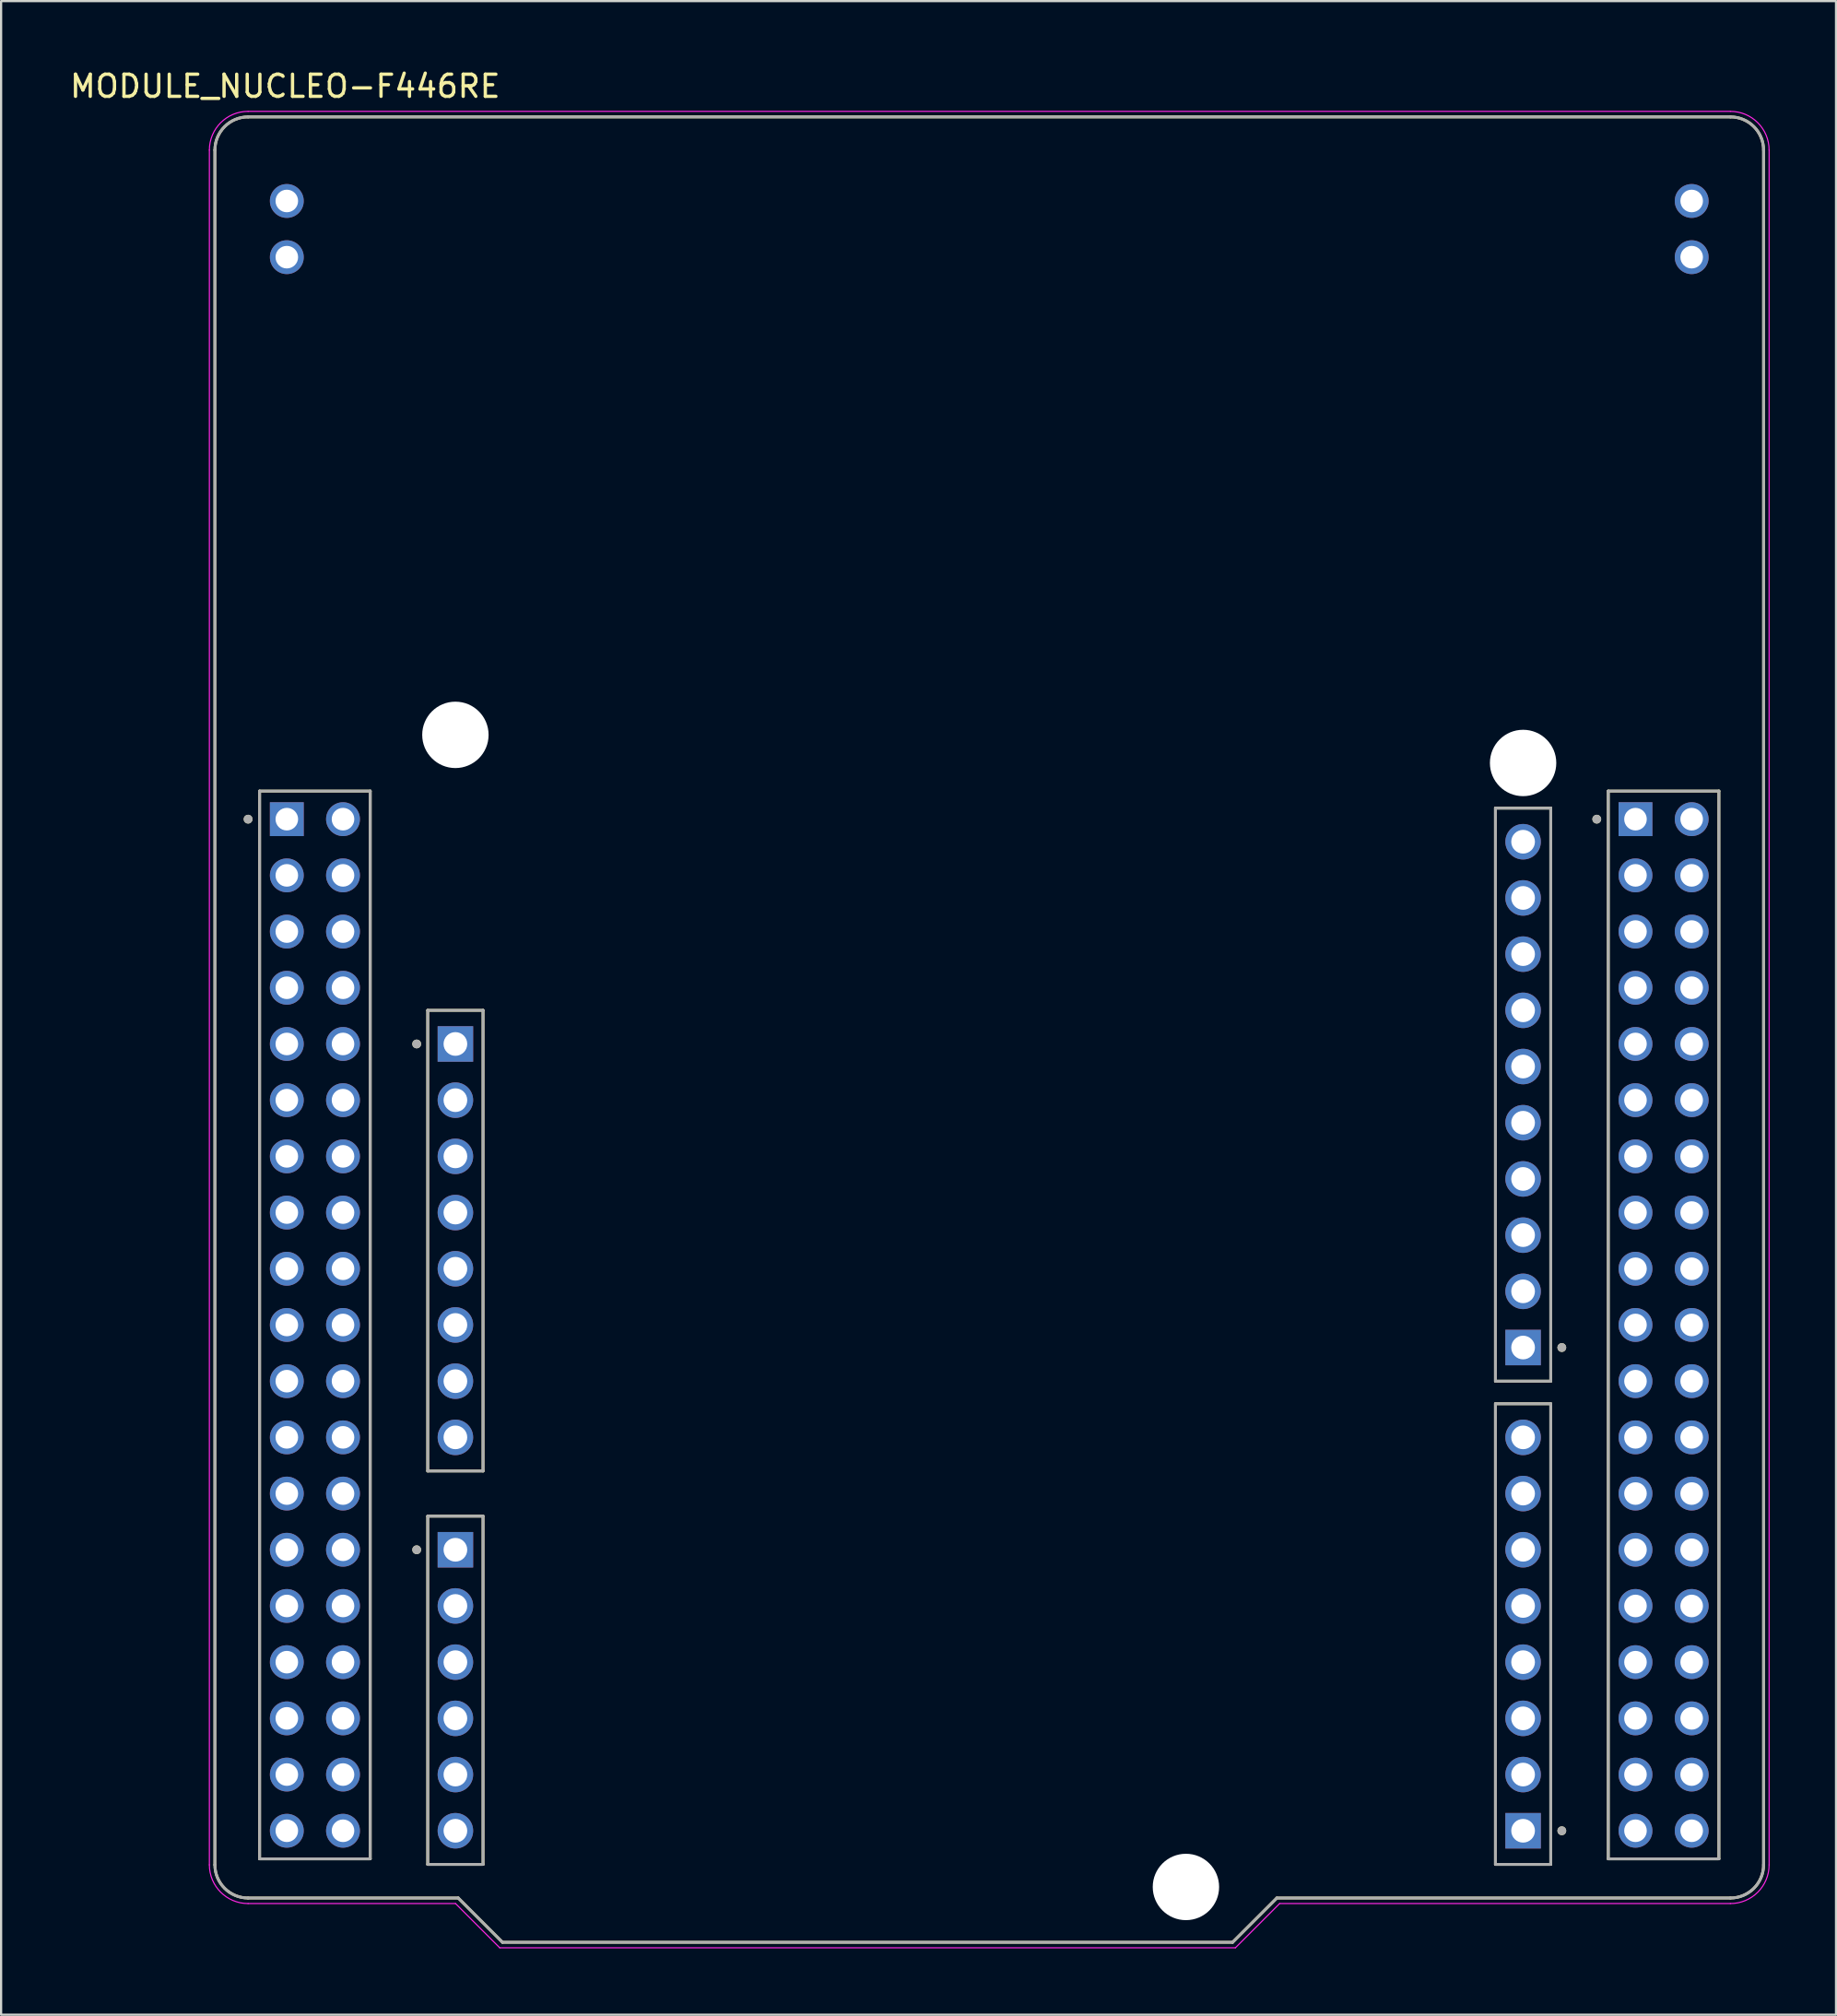
<source format=kicad_pcb>
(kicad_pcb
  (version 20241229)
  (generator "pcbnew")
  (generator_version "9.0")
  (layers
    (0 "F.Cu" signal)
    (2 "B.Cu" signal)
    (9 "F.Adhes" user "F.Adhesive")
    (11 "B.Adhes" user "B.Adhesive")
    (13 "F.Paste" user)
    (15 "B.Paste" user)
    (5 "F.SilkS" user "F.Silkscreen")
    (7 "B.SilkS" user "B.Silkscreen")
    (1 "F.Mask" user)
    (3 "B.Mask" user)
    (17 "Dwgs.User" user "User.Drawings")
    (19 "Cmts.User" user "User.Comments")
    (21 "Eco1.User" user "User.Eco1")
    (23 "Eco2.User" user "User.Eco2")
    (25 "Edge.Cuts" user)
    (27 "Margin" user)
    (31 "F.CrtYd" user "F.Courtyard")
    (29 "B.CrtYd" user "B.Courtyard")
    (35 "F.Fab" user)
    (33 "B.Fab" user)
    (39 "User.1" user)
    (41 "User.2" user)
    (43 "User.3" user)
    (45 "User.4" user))
  (footprint "MODULE_NUCLEO-F446RE"
    (layer "F.Cu")
    (at 41.664 43.483)
    (property "Reference" "MODULE_NUCLEO-F446RE" (at -31.825 -42.635 0) (layer "F.SilkS") (effects (font (size 1 1) (thickness 0.15))))
    (attr through_hole)
    (fp_line (start -35 37.75) (end -35 -39.75) (stroke (width 0.127) (type solid)) (layer "F.SilkS"))
    (fp_line (start -33.5 -41.25) (end 33.5 -41.25) (stroke (width 0.127) (type solid)) (layer "F.SilkS"))
    (fp_line (start -32.98 -10.78) (end -32.98 37.48) (stroke (width 0.127) (type solid)) (layer "F.SilkS"))
    (fp_line (start -32.98 37.48) (end -27.98 37.48) (stroke (width 0.127) (type solid)) (layer "F.SilkS"))
    (fp_line (start -27.98 -10.78) (end -32.98 -10.78) (stroke (width 0.127) (type solid)) (layer "F.SilkS"))
    (fp_line (start -27.98 37.48) (end -27.98 -10.78) (stroke (width 0.127) (type solid)) (layer "F.SilkS"))
    (fp_line (start -25.38 -0.87) (end -25.38 19.95) (stroke (width 0.127) (type solid)) (layer "F.SilkS"))
    (fp_line (start -25.38 19.95) (end -22.88 19.95) (stroke (width 0.127) (type solid)) (layer "F.SilkS"))
    (fp_line (start -25.38 21.99) (end -25.38 37.73) (stroke (width 0.127) (type solid)) (layer "F.SilkS"))
    (fp_line (start -25.38 37.73) (end -22.88 37.73) (stroke (width 0.127) (type solid)) (layer "F.SilkS"))
    (fp_line (start -24 39.25) (end -33.5 39.25) (stroke (width 0.127) (type solid)) (layer "F.SilkS"))
    (fp_line (start -22.88 -0.87) (end -25.38 -0.87) (stroke (width 0.127) (type solid)) (layer "F.SilkS"))
    (fp_line (start -22.88 19.95) (end -22.88 -0.87) (stroke (width 0.127) (type solid)) (layer "F.SilkS"))
    (fp_line (start -22.88 21.99) (end -25.38 21.99) (stroke (width 0.127) (type solid)) (layer "F.SilkS"))
    (fp_line (start -22.88 37.73) (end -22.88 21.99) (stroke (width 0.127) (type solid)) (layer "F.SilkS"))
    (fp_line (start -22 41.25) (end -24 39.25) (stroke (width 0.127) (type solid)) (layer "F.SilkS"))
    (fp_line (start 11 41.25) (end -22 41.25) (stroke (width 0.127) (type solid)) (layer "F.SilkS"))
    (fp_line (start 13 39.25) (end 11 41.25) (stroke (width 0.127) (type solid)) (layer "F.SilkS"))
    (fp_line (start 22.88 -10.01) (end 22.88 15.89) (stroke (width 0.127) (type solid)) (layer "F.SilkS"))
    (fp_line (start 22.88 15.89) (end 25.38 15.89) (stroke (width 0.127) (type solid)) (layer "F.SilkS"))
    (fp_line (start 22.88 16.91) (end 22.88 37.73) (stroke (width 0.127) (type solid)) (layer "F.SilkS"))
    (fp_line (start 22.88 37.73) (end 25.38 37.73) (stroke (width 0.127) (type solid)) (layer "F.SilkS"))
    (fp_line (start 25.38 -10.01) (end 22.88 -10.01) (stroke (width 0.127) (type solid)) (layer "F.SilkS"))
    (fp_line (start 25.38 15.89) (end 25.38 -10.01) (stroke (width 0.127) (type solid)) (layer "F.SilkS"))
    (fp_line (start 25.38 16.91) (end 22.88 16.91) (stroke (width 0.127) (type solid)) (layer "F.SilkS"))
    (fp_line (start 25.38 37.73) (end 25.38 16.91) (stroke (width 0.127) (type solid)) (layer "F.SilkS"))
    (fp_line (start 27.98 -10.78) (end 27.98 37.48) (stroke (width 0.127) (type solid)) (layer "F.SilkS"))
    (fp_line (start 27.98 37.48) (end 32.98 37.48) (stroke (width 0.127) (type solid)) (layer "F.SilkS"))
    (fp_line (start 32.98 -10.78) (end 27.98 -10.78) (stroke (width 0.127) (type solid)) (layer "F.SilkS"))
    (fp_line (start 32.98 37.48) (end 32.98 -10.78) (stroke (width 0.127) (type solid)) (layer "F.SilkS"))
    (fp_line (start 33.5 39.25) (end 13 39.25) (stroke (width 0.127) (type solid)) (layer "F.SilkS"))
    (fp_line (start 35 -39.75) (end 35 37.75) (stroke (width 0.127) (type solid)) (layer "F.SilkS"))
    (fp_arc (start -35 -39.75) (mid -34.56066 -40.81066) (end -33.5 -41.25) (stroke (width 0.127) (type solid)) (layer "F.SilkS"))
    (fp_arc (start -33.5 39.25) (mid -34.56066 38.81066) (end -35 37.75) (stroke (width 0.127) (type solid)) (layer "F.SilkS"))
    (fp_arc (start 33.5 -41.25) (mid 34.56066 -40.81066) (end 35 -39.75) (stroke (width 0.127) (type solid)) (layer "F.SilkS"))
    (fp_arc (start 35 37.75) (mid 34.56066 38.81066) (end 33.5 39.25) (stroke (width 0.127) (type solid)) (layer "F.SilkS"))
    (fp_circle (center -33.5 -9.51) (end -33.4 -9.51) (stroke (width 0.2) (type solid)) (fill no) (layer "F.SilkS"))
    (fp_circle (center -25.88 0.65) (end -25.78 0.65) (stroke (width 0.2) (type solid)) (fill no) (layer "F.SilkS"))
    (fp_circle (center -25.88 23.51) (end -25.78 23.51) (stroke (width 0.2) (type solid)) (fill no) (layer "F.SilkS"))
    (fp_circle (center 25.88 14.37) (end 25.98 14.37) (stroke (width 0.2) (type solid)) (fill no) (layer "F.SilkS"))
    (fp_circle (center 25.88 36.21) (end 25.98 36.21) (stroke (width 0.2) (type solid)) (fill no) (layer "F.SilkS"))
    (fp_circle (center 27.46 -9.51) (end 27.56 -9.51) (stroke (width 0.2) (type solid)) (fill no) (layer "F.SilkS"))
    (fp_line (start -35.25 37.75) (end -35.25 -39.75) (stroke (width 0.05) (type solid)) (layer "F.CrtYd"))
    (fp_line (start -33.5 -41.5) (end 33.5 -41.5) (stroke (width 0.05) (type solid)) (layer "F.CrtYd"))
    (fp_line (start -24.125 39.5) (end -33.5 39.5) (stroke (width 0.05) (type solid)) (layer "F.CrtYd"))
    (fp_line (start -22.125 41.5) (end -24.125 39.5) (stroke (width 0.05) (type solid)) (layer "F.CrtYd"))
    (fp_line (start 11.125 41.5) (end -22.125 41.5) (stroke (width 0.05) (type solid)) (layer "F.CrtYd"))
    (fp_line (start 13.125 39.5) (end 11.125 41.5) (stroke (width 0.05) (type solid)) (layer "F.CrtYd"))
    (fp_line (start 33.5 39.5) (end 13.125 39.5) (stroke (width 0.05) (type solid)) (layer "F.CrtYd"))
    (fp_line (start 35.25 -39.75) (end 35.25 37.75) (stroke (width 0.05) (type solid)) (layer "F.CrtYd"))
    (fp_arc (start -35.25 -39.75) (mid -34.737437 -40.987437) (end -33.5 -41.5) (stroke (width 0.05) (type solid)) (layer "F.CrtYd"))
    (fp_arc (start -33.5 39.5) (mid -34.737437 38.987437) (end -35.25 37.75) (stroke (width 0.05) (type solid)) (layer "F.CrtYd"))
    (fp_arc (start 33.5 -41.5) (mid 34.737437 -40.987437) (end 35.25 -39.75) (stroke (width 0.05) (type solid)) (layer "F.CrtYd"))
    (fp_arc (start 35.25 37.75) (mid 34.737437 38.987437) (end 33.5 39.5) (stroke (width 0.05) (type solid)) (layer "F.CrtYd"))
    (fp_line (start -35 37.75) (end -35 -39.75) (stroke (width 0.127) (type solid)) (layer "F.Fab"))
    (fp_line (start -33.5 -41.25) (end 33.5 -41.25) (stroke (width 0.127) (type solid)) (layer "F.Fab"))
    (fp_line (start -32.98 -10.78) (end -32.98 37.48) (stroke (width 0.127) (type solid)) (layer "F.Fab"))
    (fp_line (start -32.98 37.48) (end -27.98 37.48) (stroke (width 0.127) (type solid)) (layer "F.Fab"))
    (fp_line (start -27.98 -10.78) (end -32.98 -10.78) (stroke (width 0.127) (type solid)) (layer "F.Fab"))
    (fp_line (start -27.98 37.48) (end -27.98 -10.78) (stroke (width 0.127) (type solid)) (layer "F.Fab"))
    (fp_line (start -25.38 -0.87) (end -25.38 19.95) (stroke (width 0.127) (type solid)) (layer "F.Fab"))
    (fp_line (start -25.38 19.95) (end -22.88 19.95) (stroke (width 0.127) (type solid)) (layer "F.Fab"))
    (fp_line (start -25.38 21.99) (end -25.38 37.73) (stroke (width 0.127) (type solid)) (layer "F.Fab"))
    (fp_line (start -25.38 37.73) (end -22.88 37.73) (stroke (width 0.127) (type solid)) (layer "F.Fab"))
    (fp_line (start -24 39.25) (end -33.5 39.25) (stroke (width 0.127) (type solid)) (layer "F.Fab"))
    (fp_line (start -22.88 -0.87) (end -25.38 -0.87) (stroke (width 0.127) (type solid)) (layer "F.Fab"))
    (fp_line (start -22.88 19.95) (end -22.88 -0.87) (stroke (width 0.127) (type solid)) (layer "F.Fab"))
    (fp_line (start -22.88 21.99) (end -25.38 21.99) (stroke (width 0.127) (type solid)) (layer "F.Fab"))
    (fp_line (start -22.88 37.73) (end -22.88 21.99) (stroke (width 0.127) (type solid)) (layer "F.Fab"))
    (fp_line (start -22 41.25) (end -24 39.25) (stroke (width 0.127) (type solid)) (layer "F.Fab"))
    (fp_line (start 11 41.25) (end -22 41.25) (stroke (width 0.127) (type solid)) (layer "F.Fab"))
    (fp_line (start 13 39.25) (end 11 41.25) (stroke (width 0.127) (type solid)) (layer "F.Fab"))
    (fp_line (start 22.88 -10.01) (end 22.88 15.89) (stroke (width 0.127) (type solid)) (layer "F.Fab"))
    (fp_line (start 22.88 15.89) (end 25.38 15.89) (stroke (width 0.127) (type solid)) (layer "F.Fab"))
    (fp_line (start 22.88 16.91) (end 22.88 37.73) (stroke (width 0.127) (type solid)) (layer "F.Fab"))
    (fp_line (start 22.88 37.73) (end 25.38 37.73) (stroke (width 0.127) (type solid)) (layer "F.Fab"))
    (fp_line (start 25.38 -10.01) (end 22.88 -10.01) (stroke (width 0.127) (type solid)) (layer "F.Fab"))
    (fp_line (start 25.38 15.89) (end 25.38 -10.01) (stroke (width 0.127) (type solid)) (layer "F.Fab"))
    (fp_line (start 25.38 16.91) (end 22.88 16.91) (stroke (width 0.127) (type solid)) (layer "F.Fab"))
    (fp_line (start 25.38 37.73) (end 25.38 16.91) (stroke (width 0.127) (type solid)) (layer "F.Fab"))
    (fp_line (start 27.98 -10.78) (end 27.98 37.48) (stroke (width 0.127) (type solid)) (layer "F.Fab"))
    (fp_line (start 27.98 37.48) (end 32.98 37.48) (stroke (width 0.127) (type solid)) (layer "F.Fab"))
    (fp_line (start 32.98 -10.78) (end 27.98 -10.78) (stroke (width 0.127) (type solid)) (layer "F.Fab"))
    (fp_line (start 32.98 37.48) (end 32.98 -10.78) (stroke (width 0.127) (type solid)) (layer "F.Fab"))
    (fp_line (start 33.5 39.25) (end 13 39.25) (stroke (width 0.127) (type solid)) (layer "F.Fab"))
    (fp_line (start 35 -39.75) (end 35 37.75) (stroke (width 0.127) (type solid)) (layer "F.Fab"))
    (fp_arc (start -35 -39.75) (mid -34.56066 -40.81066) (end -33.5 -41.25) (stroke (width 0.127) (type solid)) (layer "F.Fab"))
    (fp_arc (start -33.5 39.25) (mid -34.56066 38.81066) (end -35 37.75) (stroke (width 0.127) (type solid)) (layer "F.Fab"))
    (fp_arc (start 33.5 -41.25) (mid 34.56066 -40.81066) (end 35 -39.75) (stroke (width 0.127) (type solid)) (layer "F.Fab"))
    (fp_arc (start 35 37.75) (mid 34.56066 38.81066) (end 33.5 39.25) (stroke (width 0.127) (type solid)) (layer "F.Fab"))
    (fp_circle (center -33.5 -9.51) (end -33.4 -9.51) (stroke (width 0.2) (type solid)) (fill no) (layer "F.Fab"))
    (fp_circle (center -25.88 0.65) (end -25.78 0.65) (stroke (width 0.2) (type solid)) (fill no) (layer "F.Fab"))
    (fp_circle (center -25.88 23.51) (end -25.78 23.51) (stroke (width 0.2) (type solid)) (fill no) (layer "F.Fab"))
    (fp_circle (center 25.88 14.37) (end 25.98 14.37) (stroke (width 0.2) (type solid)) (fill no) (layer "F.Fab"))
    (fp_circle (center 25.88 36.21) (end 25.98 36.21) (stroke (width 0.2) (type solid)) (fill no) (layer "F.Fab"))
    (fp_circle (center 27.46 -9.51) (end 27.56 -9.51) (stroke (width 0.2) (type solid)) (fill no) (layer "F.Fab"))
    (pad "" np_thru_hole circle (at -24.13 -13.32) (size 3 3) (drill 3) (layers "*.Cu" "*.Mask"))
    (pad "" np_thru_hole circle (at 8.89 38.75) (size 3 3) (drill 3) (layers "*.Cu" "*.Mask"))
    (pad "" np_thru_hole circle (at 24.13 -12.05) (size 3 3) (drill 3) (layers "*.Cu" "*.Mask"))
    (pad "CN5_1" thru_hole rect (at 24.13 14.37) (size 1.605 1.605) (drill 1.07) (layers "*.Cu" "*.Mask"))
    (pad "CN5_2" thru_hole circle (at 24.13 11.83) (size 1.605 1.605) (drill 1.07) (layers "*.Cu" "*.Mask"))
    (pad "CN5_3" thru_hole circle (at 24.13 9.29) (size 1.605 1.605) (drill 1.07) (layers "*.Cu" "*.Mask"))
    (pad "CN5_4" thru_hole circle (at 24.13 6.75) (size 1.605 1.605) (drill 1.07) (layers "*.Cu" "*.Mask"))
    (pad "CN5_5" thru_hole circle (at 24.13 4.21) (size 1.605 1.605) (drill 1.07) (layers "*.Cu" "*.Mask"))
    (pad "CN5_6" thru_hole circle (at 24.13 1.67) (size 1.605 1.605) (drill 1.07) (layers "*.Cu" "*.Mask"))
    (pad "CN5_7" thru_hole circle (at 24.13 -0.87) (size 1.605 1.605) (drill 1.07) (layers "*.Cu" "*.Mask"))
    (pad "CN5_8" thru_hole circle (at 24.13 -3.41) (size 1.605 1.605) (drill 1.07) (layers "*.Cu" "*.Mask"))
    (pad "CN5_9" thru_hole circle (at 24.13 -5.95) (size 1.605 1.605) (drill 1.07) (layers "*.Cu" "*.Mask"))
    (pad "CN5_10" thru_hole circle (at 24.13 -8.49) (size 1.605 1.605) (drill 1.07) (layers "*.Cu" "*.Mask"))
    (pad "CN6_1" thru_hole rect (at -24.13 0.65) (size 1.605 1.605) (drill 1.07) (layers "*.Cu" "*.Mask"))
    (pad "CN6_2" thru_hole circle (at -24.13 3.19) (size 1.605 1.605) (drill 1.07) (layers "*.Cu" "*.Mask"))
    (pad "CN6_3" thru_hole circle (at -24.13 5.73) (size 1.605 1.605) (drill 1.07) (layers "*.Cu" "*.Mask"))
    (pad "CN6_4" thru_hole circle (at -24.13 8.27) (size 1.605 1.605) (drill 1.07) (layers "*.Cu" "*.Mask"))
    (pad "CN6_5" thru_hole circle (at -24.13 10.81) (size 1.605 1.605) (drill 1.07) (layers "*.Cu" "*.Mask"))
    (pad "CN6_6" thru_hole circle (at -24.13 13.35) (size 1.605 1.605) (drill 1.07) (layers "*.Cu" "*.Mask"))
    (pad "CN6_7" thru_hole circle (at -24.13 15.89) (size 1.605 1.605) (drill 1.07) (layers "*.Cu" "*.Mask"))
    (pad "CN6_8" thru_hole circle (at -24.13 18.43) (size 1.605 1.605) (drill 1.07) (layers "*.Cu" "*.Mask"))
    (pad "CN7_1" thru_hole rect (at -31.75 -9.51) (size 1.53 1.53) (drill 1.02) (layers "*.Cu" "*.Mask"))
    (pad "CN7_2" thru_hole circle (at -29.21 -9.51) (size 1.53 1.53) (drill 1.02) (layers "*.Cu" "*.Mask"))
    (pad "CN7_3" thru_hole circle (at -31.75 -6.97) (size 1.53 1.53) (drill 1.02) (layers "*.Cu" "*.Mask"))
    (pad "CN7_4" thru_hole circle (at -29.21 -6.97) (size 1.53 1.53) (drill 1.02) (layers "*.Cu" "*.Mask"))
    (pad "CN7_5" thru_hole circle (at -31.75 -4.43) (size 1.53 1.53) (drill 1.02) (layers "*.Cu" "*.Mask"))
    (pad "CN7_6" thru_hole circle (at -29.21 -4.43) (size 1.53 1.53) (drill 1.02) (layers "*.Cu" "*.Mask"))
    (pad "CN7_7" thru_hole circle (at -31.75 -1.89) (size 1.53 1.53) (drill 1.02) (layers "*.Cu" "*.Mask"))
    (pad "CN7_8" thru_hole circle (at -29.21 -1.89) (size 1.53 1.53) (drill 1.02) (layers "*.Cu" "*.Mask"))
    (pad "CN7_9" thru_hole circle (at -31.75 0.65) (size 1.53 1.53) (drill 1.02) (layers "*.Cu" "*.Mask"))
    (pad "CN7_10" thru_hole circle (at -29.21 0.65) (size 1.53 1.53) (drill 1.02) (layers "*.Cu" "*.Mask"))
    (pad "CN7_11" thru_hole circle (at -31.75 3.19) (size 1.53 1.53) (drill 1.02) (layers "*.Cu" "*.Mask"))
    (pad "CN7_12" thru_hole circle (at -29.21 3.19) (size 1.53 1.53) (drill 1.02) (layers "*.Cu" "*.Mask"))
    (pad "CN7_13" thru_hole circle (at -31.75 5.73) (size 1.53 1.53) (drill 1.02) (layers "*.Cu" "*.Mask"))
    (pad "CN7_14" thru_hole circle (at -29.21 5.73) (size 1.53 1.53) (drill 1.02) (layers "*.Cu" "*.Mask"))
    (pad "CN7_15" thru_hole circle (at -31.75 8.27) (size 1.53 1.53) (drill 1.02) (layers "*.Cu" "*.Mask"))
    (pad "CN7_16" thru_hole circle (at -29.21 8.27) (size 1.53 1.53) (drill 1.02) (layers "*.Cu" "*.Mask"))
    (pad "CN7_17" thru_hole circle (at -31.75 10.81) (size 1.53 1.53) (drill 1.02) (layers "*.Cu" "*.Mask"))
    (pad "CN7_18" thru_hole circle (at -29.21 10.81) (size 1.53 1.53) (drill 1.02) (layers "*.Cu" "*.Mask"))
    (pad "CN7_19" thru_hole circle (at -31.75 13.35) (size 1.53 1.53) (drill 1.02) (layers "*.Cu" "*.Mask"))
    (pad "CN7_20" thru_hole circle (at -29.21 13.35) (size 1.53 1.53) (drill 1.02) (layers "*.Cu" "*.Mask"))
    (pad "CN7_21" thru_hole circle (at -31.75 15.89) (size 1.53 1.53) (drill 1.02) (layers "*.Cu" "*.Mask"))
    (pad "CN7_22" thru_hole circle (at -29.21 15.89) (size 1.53 1.53) (drill 1.02) (layers "*.Cu" "*.Mask"))
    (pad "CN7_23" thru_hole circle (at -31.75 18.43) (size 1.53 1.53) (drill 1.02) (layers "*.Cu" "*.Mask"))
    (pad "CN7_24" thru_hole circle (at -29.21 18.43) (size 1.53 1.53) (drill 1.02) (layers "*.Cu" "*.Mask"))
    (pad "CN7_25" thru_hole circle (at -31.75 20.97) (size 1.53 1.53) (drill 1.02) (layers "*.Cu" "*.Mask"))
    (pad "CN7_26" thru_hole circle (at -29.21 20.97) (size 1.53 1.53) (drill 1.02) (layers "*.Cu" "*.Mask"))
    (pad "CN7_27" thru_hole circle (at -31.75 23.51) (size 1.53 1.53) (drill 1.02) (layers "*.Cu" "*.Mask"))
    (pad "CN7_28" thru_hole circle (at -29.21 23.51) (size 1.53 1.53) (drill 1.02) (layers "*.Cu" "*.Mask"))
    (pad "CN7_29" thru_hole circle (at -31.75 26.05) (size 1.53 1.53) (drill 1.02) (layers "*.Cu" "*.Mask"))
    (pad "CN7_30" thru_hole circle (at -29.21 26.05) (size 1.53 1.53) (drill 1.02) (layers "*.Cu" "*.Mask"))
    (pad "CN7_31" thru_hole circle (at -31.75 28.59) (size 1.53 1.53) (drill 1.02) (layers "*.Cu" "*.Mask"))
    (pad "CN7_32" thru_hole circle (at -29.21 28.59) (size 1.53 1.53) (drill 1.02) (layers "*.Cu" "*.Mask"))
    (pad "CN7_33" thru_hole circle (at -31.75 31.13) (size 1.53 1.53) (drill 1.02) (layers "*.Cu" "*.Mask"))
    (pad "CN7_34" thru_hole circle (at -29.21 31.13) (size 1.53 1.53) (drill 1.02) (layers "*.Cu" "*.Mask"))
    (pad "CN7_35" thru_hole circle (at -31.75 33.67) (size 1.53 1.53) (drill 1.02) (layers "*.Cu" "*.Mask"))
    (pad "CN7_36" thru_hole circle (at -29.21 33.67) (size 1.53 1.53) (drill 1.02) (layers "*.Cu" "*.Mask"))
    (pad "CN7_37" thru_hole circle (at -31.75 36.21) (size 1.53 1.53) (drill 1.02) (layers "*.Cu" "*.Mask"))
    (pad "CN7_38" thru_hole circle (at -29.21 36.21) (size 1.53 1.53) (drill 1.02) (layers "*.Cu" "*.Mask"))
    (pad "CN8_1" thru_hole rect (at -24.13 23.51) (size 1.605 1.605) (drill 1.07) (layers "*.Cu" "*.Mask"))
    (pad "CN8_2" thru_hole circle (at -24.13 26.05) (size 1.605 1.605) (drill 1.07) (layers "*.Cu" "*.Mask"))
    (pad "CN8_3" thru_hole circle (at -24.13 28.59) (size 1.605 1.605) (drill 1.07) (layers "*.Cu" "*.Mask"))
    (pad "CN8_4" thru_hole circle (at -24.13 31.13) (size 1.605 1.605) (drill 1.07) (layers "*.Cu" "*.Mask"))
    (pad "CN8_5" thru_hole circle (at -24.13 33.67) (size 1.605 1.605) (drill 1.07) (layers "*.Cu" "*.Mask"))
    (pad "CN8_6" thru_hole circle (at -24.13 36.21) (size 1.605 1.605) (drill 1.07) (layers "*.Cu" "*.Mask"))
    (pad "CN9_1" thru_hole rect (at 24.13 36.21) (size 1.605 1.605) (drill 1.07) (layers "*.Cu" "*.Mask"))
    (pad "CN9_2" thru_hole circle (at 24.13 33.67) (size 1.605 1.605) (drill 1.07) (layers "*.Cu" "*.Mask"))
    (pad "CN9_3" thru_hole circle (at 24.13 31.13) (size 1.605 1.605) (drill 1.07) (layers "*.Cu" "*.Mask"))
    (pad "CN9_4" thru_hole circle (at 24.13 28.59) (size 1.605 1.605) (drill 1.07) (layers "*.Cu" "*.Mask"))
    (pad "CN9_5" thru_hole circle (at 24.13 26.05) (size 1.605 1.605) (drill 1.07) (layers "*.Cu" "*.Mask"))
    (pad "CN9_6" thru_hole circle (at 24.13 23.51) (size 1.605 1.605) (drill 1.07) (layers "*.Cu" "*.Mask"))
    (pad "CN9_7" thru_hole circle (at 24.13 20.97) (size 1.605 1.605) (drill 1.07) (layers "*.Cu" "*.Mask"))
    (pad "CN9_8" thru_hole circle (at 24.13 18.43) (size 1.605 1.605) (drill 1.07) (layers "*.Cu" "*.Mask"))
    (pad "CN10_1" thru_hole rect (at 29.21 -9.51) (size 1.53 1.53) (drill 1.02) (layers "*.Cu" "*.Mask"))
    (pad "CN10_2" thru_hole circle (at 31.75 -9.51) (size 1.53 1.53) (drill 1.02) (layers "*.Cu" "*.Mask"))
    (pad "CN10_3" thru_hole circle (at 29.21 -6.97) (size 1.53 1.53) (drill 1.02) (layers "*.Cu" "*.Mask"))
    (pad "CN10_4" thru_hole circle (at 31.75 -6.97) (size 1.53 1.53) (drill 1.02) (layers "*.Cu" "*.Mask"))
    (pad "CN10_5" thru_hole circle (at 29.21 -4.43) (size 1.53 1.53) (drill 1.02) (layers "*.Cu" "*.Mask"))
    (pad "CN10_6" thru_hole circle (at 31.75 -4.43) (size 1.53 1.53) (drill 1.02) (layers "*.Cu" "*.Mask"))
    (pad "CN10_7" thru_hole circle (at 29.21 -1.89) (size 1.53 1.53) (drill 1.02) (layers "*.Cu" "*.Mask"))
    (pad "CN10_8" thru_hole circle (at 31.75 -1.89) (size 1.53 1.53) (drill 1.02) (layers "*.Cu" "*.Mask"))
    (pad "CN10_9" thru_hole circle (at 29.21 0.65) (size 1.53 1.53) (drill 1.02) (layers "*.Cu" "*.Mask"))
    (pad "CN10_10" thru_hole circle (at 31.75 0.65) (size 1.53 1.53) (drill 1.02) (layers "*.Cu" "*.Mask"))
    (pad "CN10_11" thru_hole circle (at 29.21 3.19) (size 1.53 1.53) (drill 1.02) (layers "*.Cu" "*.Mask"))
    (pad "CN10_12" thru_hole circle (at 31.75 3.19) (size 1.53 1.53) (drill 1.02) (layers "*.Cu" "*.Mask"))
    (pad "CN10_13" thru_hole circle (at 29.21 5.73) (size 1.53 1.53) (drill 1.02) (layers "*.Cu" "*.Mask"))
    (pad "CN10_14" thru_hole circle (at 31.75 5.73) (size 1.53 1.53) (drill 1.02) (layers "*.Cu" "*.Mask"))
    (pad "CN10_15" thru_hole circle (at 29.21 8.27) (size 1.53 1.53) (drill 1.02) (layers "*.Cu" "*.Mask"))
    (pad "CN10_16" thru_hole circle (at 31.75 8.27) (size 1.53 1.53) (drill 1.02) (layers "*.Cu" "*.Mask"))
    (pad "CN10_17" thru_hole circle (at 29.21 10.81) (size 1.53 1.53) (drill 1.02) (layers "*.Cu" "*.Mask"))
    (pad "CN10_18" thru_hole circle (at 31.75 10.81) (size 1.53 1.53) (drill 1.02) (layers "*.Cu" "*.Mask"))
    (pad "CN10_19" thru_hole circle (at 29.21 13.35) (size 1.53 1.53) (drill 1.02) (layers "*.Cu" "*.Mask"))
    (pad "CN10_20" thru_hole circle (at 31.75 13.35) (size 1.53 1.53) (drill 1.02) (layers "*.Cu" "*.Mask"))
    (pad "CN10_21" thru_hole circle (at 29.21 15.89) (size 1.53 1.53) (drill 1.02) (layers "*.Cu" "*.Mask"))
    (pad "CN10_22" thru_hole circle (at 31.75 15.89) (size 1.53 1.53) (drill 1.02) (layers "*.Cu" "*.Mask"))
    (pad "CN10_23" thru_hole circle (at 29.21 18.43) (size 1.53 1.53) (drill 1.02) (layers "*.Cu" "*.Mask"))
    (pad "CN10_24" thru_hole circle (at 31.75 18.43) (size 1.53 1.53) (drill 1.02) (layers "*.Cu" "*.Mask"))
    (pad "CN10_25" thru_hole circle (at 29.21 20.97) (size 1.53 1.53) (drill 1.02) (layers "*.Cu" "*.Mask"))
    (pad "CN10_26" thru_hole circle (at 31.75 20.97) (size 1.53 1.53) (drill 1.02) (layers "*.Cu" "*.Mask"))
    (pad "CN10_27" thru_hole circle (at 29.21 23.51) (size 1.53 1.53) (drill 1.02) (layers "*.Cu" "*.Mask"))
    (pad "CN10_28" thru_hole circle (at 31.75 23.51) (size 1.53 1.53) (drill 1.02) (layers "*.Cu" "*.Mask"))
    (pad "CN10_29" thru_hole circle (at 29.21 26.05) (size 1.53 1.53) (drill 1.02) (layers "*.Cu" "*.Mask"))
    (pad "CN10_30" thru_hole circle (at 31.75 26.05) (size 1.53 1.53) (drill 1.02) (layers "*.Cu" "*.Mask"))
    (pad "CN10_31" thru_hole circle (at 29.21 28.59) (size 1.53 1.53) (drill 1.02) (layers "*.Cu" "*.Mask"))
    (pad "CN10_32" thru_hole circle (at 31.75 28.59) (size 1.53 1.53) (drill 1.02) (layers "*.Cu" "*.Mask"))
    (pad "CN10_33" thru_hole circle (at 29.21 31.13) (size 1.53 1.53) (drill 1.02) (layers "*.Cu" "*.Mask"))
    (pad "CN10_34" thru_hole circle (at 31.75 31.13) (size 1.53 1.53) (drill 1.02) (layers "*.Cu" "*.Mask"))
    (pad "CN10_35" thru_hole circle (at 29.21 33.67) (size 1.53 1.53) (drill 1.02) (layers "*.Cu" "*.Mask"))
    (pad "CN10_36" thru_hole circle (at 31.75 33.67) (size 1.53 1.53) (drill 1.02) (layers "*.Cu" "*.Mask"))
    (pad "CN10_37" thru_hole circle (at 29.21 36.21) (size 1.53 1.53) (drill 1.02) (layers "*.Cu" "*.Mask"))
    (pad "CN10_38" thru_hole circle (at 31.75 36.21) (size 1.53 1.53) (drill 1.02) (layers "*.Cu" "*.Mask"))
    (pad "CN11_1" thru_hole circle (at 31.75 -37.45) (size 1.53 1.53) (drill 1.02) (layers "*.Cu" "*.Mask"))
    (pad "CN11_2" thru_hole circle (at 31.75 -34.91) (size 1.53 1.53) (drill 1.02) (layers "*.Cu" "*.Mask"))
    (pad "CN12_1" thru_hole circle (at -31.75 -37.45) (size 1.53 1.53) (drill 1.02) (layers "*.Cu" "*.Mask"))
    (pad "CN12_2" thru_hole circle (at -31.75 -34.91) (size 1.53 1.53) (drill 1.02) (layers "*.Cu" "*.Mask")))
  (gr_rect
    (start -3 -3)
    (end 79.939 88.008)
    (stroke (width 0.1) (type default))
    (fill no)
    (layer "Edge.Cuts")))
</source>
